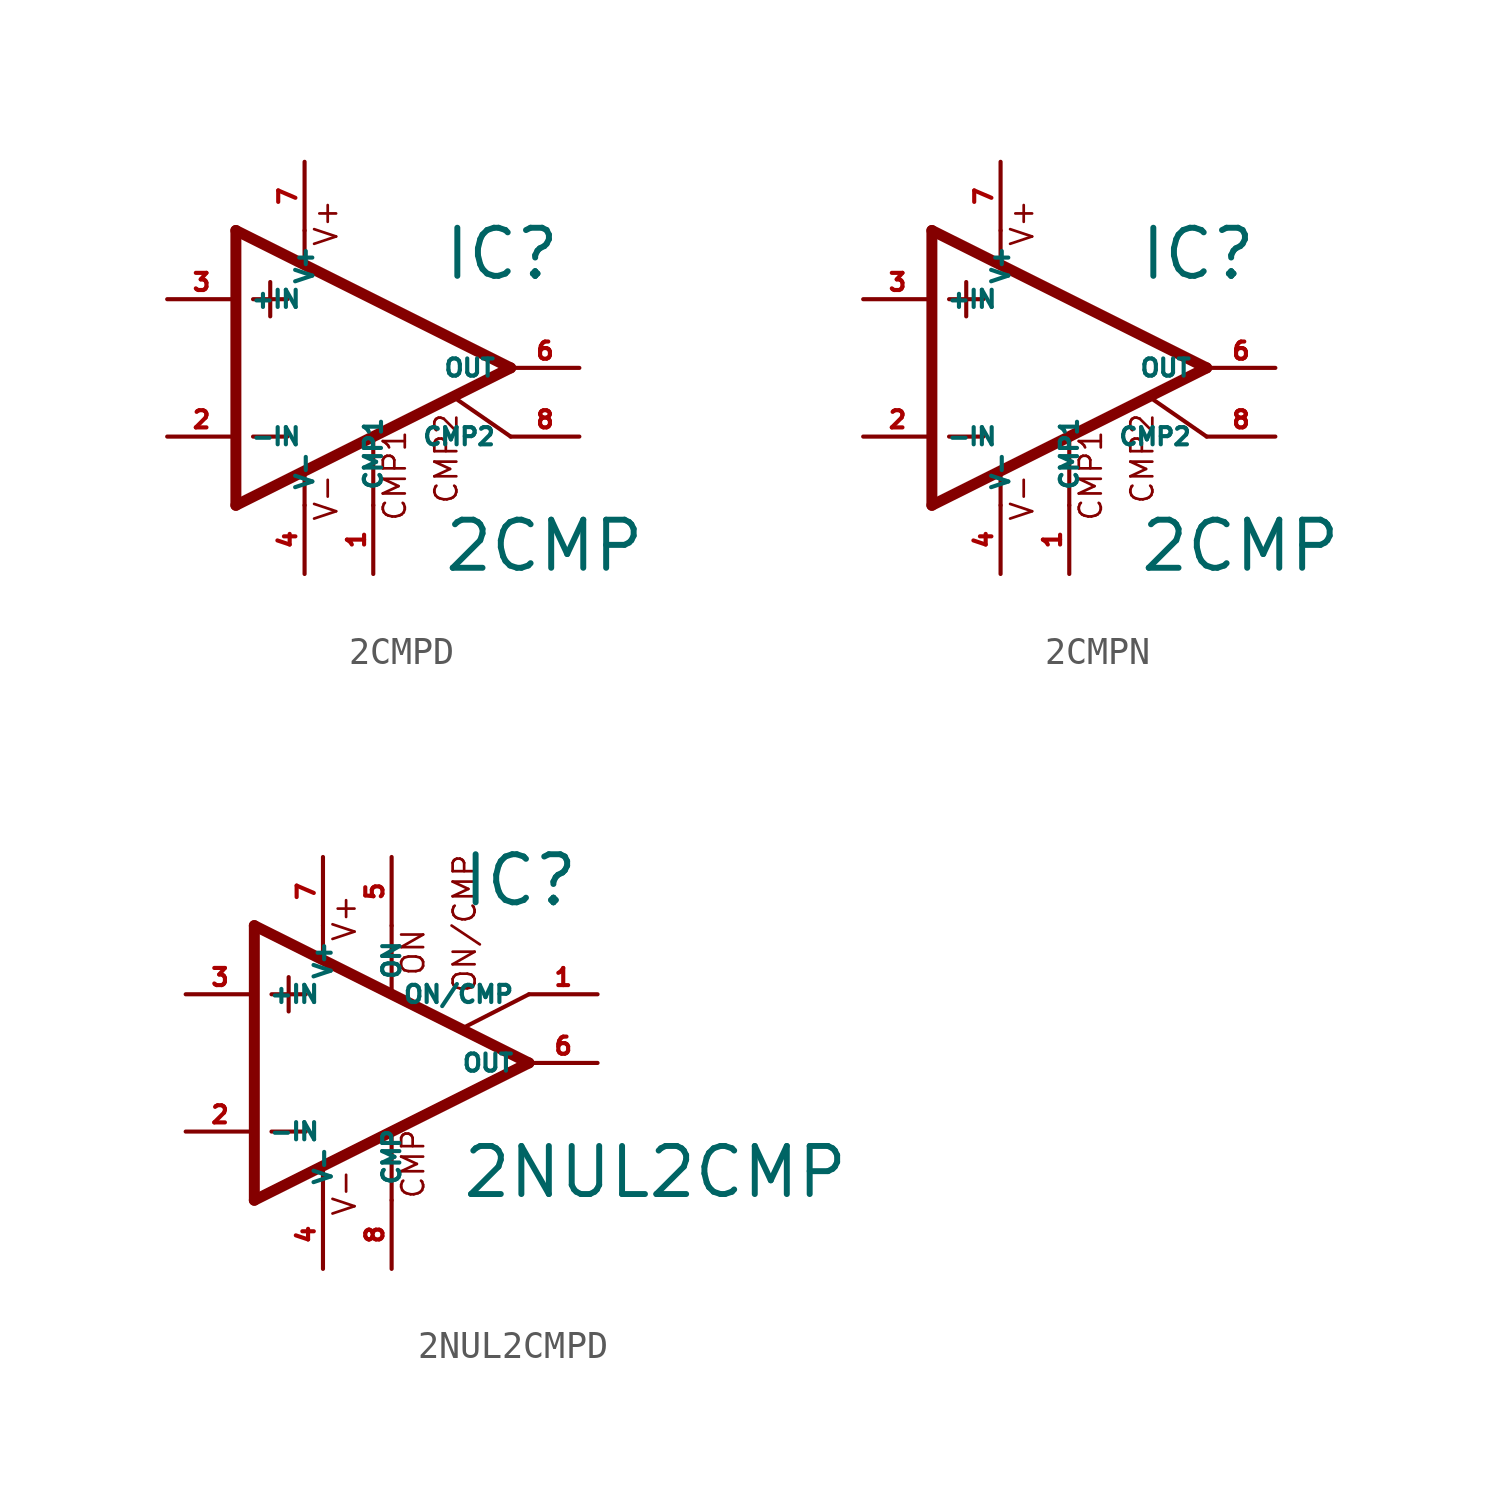
<source format=kicad_sym>
(kicad_symbol_lib
  (version 20220914)
  (generator Eagle2Kicad)
  (symbol "2CMPD"
    (property "Reference" "IC"
      (at 2.54 3.175 0)
      (effects (font (size 1.778 1.778) (thickness 0.22)) (justify left bottom)))
    (property "Value" "2CMP"
      (at 2.54 -7.62 0)
      (effects (font (size 1.778 1.778) (thickness 0.22)) (justify left bottom)))
    (polyline
      (pts (xy 0 -2.616) (xy 0 -5.08))
      (stroke (width 0.152) (type default))
      (fill (type none)))
    (polyline
      (pts (xy -2.54 5.08) (xy -2.54 3.886))
      (stroke (width 0.152) (type default))
      (fill (type none)))
    (polyline
      (pts (xy -5.08 5.08) (xy -5.08 -5.08))
      (stroke (width 0.406) (type default))
      (fill (type none)))
    (polyline
      (pts (xy -5.08 -5.08) (xy 5.08 0))
      (stroke (width 0.406) (type default))
      (fill (type none)))
    (polyline
      (pts (xy 5.08 0) (xy -5.08 5.08))
      (stroke (width 0.406) (type default))
      (fill (type none)))
    (polyline
      (pts (xy -3.81 3.175) (xy -3.81 1.905))
      (stroke (width 0.152) (type default))
      (fill (type none)))
    (polyline
      (pts (xy -4.445 2.54) (xy -3.175 2.54))
      (stroke (width 0.152) (type default))
      (fill (type none)))
    (polyline
      (pts (xy -4.445 -2.54) (xy -3.175 -2.54))
      (stroke (width 0.152) (type default))
      (fill (type none)))
    (polyline
      (pts (xy 5.08 -2.54) (xy 3.023 -1.118))
      (stroke (width 0.152) (type default))
      (fill (type none)))
    (polyline
      (pts (xy -2.54 -3.886) (xy -2.54 -5.08))
      (stroke (width 0.152) (type default))
      (fill (type none)))
    (text "CMP1"
      (at 1.27 -5.715 900)
      (effects (font (size 0.813 0.813) (thickness 0.10)) (justify left bottom)))
    (text "CMP2"
      (at 3.175 -5.08 900)
      (effects (font (size 0.813 0.813) (thickness 0.10)) (justify left bottom)))
    (text "V+"
      (at -1.27 4.445 900)
      (effects (font (size 0.813 0.813) (thickness 0.10)) (justify left bottom)))
    (text "V-"
      (at -1.27 -5.715 900)
      (effects (font (size 0.813 0.813) (thickness 0.10)) (justify left bottom)))
    (pin passive line
      (at 0 -7.62 90)
      (length 2.54)
      (name "CMP1" (effects (font (size 0.635 0.635) (thickness 0.08)) (justify left bottom)))
      (number "1" (effects (font (size 0.635 0.635) (thickness 0.08)) (justify left bottom))))
    (pin input line
      (at -7.62 -2.54 0)
      (length 2.54)
      (name "-IN" (effects (font (size 0.635 0.635) (thickness 0.08)) (justify left bottom)))
      (number "2" (effects (font (size 0.635 0.635) (thickness 0.08)) (justify left bottom))))
    (pin input line
      (at -7.62 2.54 0)
      (length 2.54)
      (name "+IN" (effects (font (size 0.635 0.635) (thickness 0.08)) (justify left bottom)))
      (number "3" (effects (font (size 0.635 0.635) (thickness 0.08)) (justify left bottom))))
    (pin passive line
      (at 7.62 -2.54 180)
      (length 2.54)
      (name "CMP2" (effects (font (size 0.635 0.635) (thickness 0.08)) (justify left bottom)))
      (number "8" (effects (font (size 0.635 0.635) (thickness 0.08)) (justify left bottom))))
    (pin output line
      (at 7.62 0 180)
      (length 2.54)
      (name "OUT" (effects (font (size 0.635 0.635) (thickness 0.08)) (justify left bottom)))
      (number "6" (effects (font (size 0.635 0.635) (thickness 0.08)) (justify left bottom))))
    (pin unspecified line
      (at -2.54 7.62 270)
      (length 2.54)
      (name "V+" (effects (font (size 0.635 0.635) (thickness 0.08)) (justify left bottom)))
      (number "7" (effects (font (size 0.635 0.635) (thickness 0.08)) (justify left bottom))))
    (pin unspecified line
      (at -2.54 -7.62 90)
      (length 2.54)
      (name "V-" (effects (font (size 0.635 0.635) (thickness 0.08)) (justify left bottom)))
      (number "4" (effects (font (size 0.635 0.635) (thickness 0.08)) (justify left bottom)))))
  (symbol "2CMPN"
    (property "Reference" "IC"
      (at 2.54 3.175 0)
      (effects (font (size 1.778 1.778) (thickness 0.22)) (justify left bottom)))
    (property "Value" "2CMP"
      (at 2.54 -7.62 0)
      (effects (font (size 1.778 1.778) (thickness 0.22)) (justify left bottom)))
    (polyline
      (pts (xy 0 -2.616) (xy 0 -5.08))
      (stroke (width 0.152) (type default))
      (fill (type none)))
    (polyline
      (pts (xy -2.54 5.08) (xy -2.54 3.886))
      (stroke (width 0.152) (type default))
      (fill (type none)))
    (polyline
      (pts (xy -5.08 5.08) (xy -5.08 -5.08))
      (stroke (width 0.406) (type default))
      (fill (type none)))
    (polyline
      (pts (xy -5.08 -5.08) (xy 5.08 0))
      (stroke (width 0.406) (type default))
      (fill (type none)))
    (polyline
      (pts (xy 5.08 0) (xy -5.08 5.08))
      (stroke (width 0.406) (type default))
      (fill (type none)))
    (polyline
      (pts (xy -3.81 3.175) (xy -3.81 1.905))
      (stroke (width 0.152) (type default))
      (fill (type none)))
    (polyline
      (pts (xy -4.445 2.54) (xy -3.175 2.54))
      (stroke (width 0.152) (type default))
      (fill (type none)))
    (polyline
      (pts (xy -4.445 -2.54) (xy -3.175 -2.54))
      (stroke (width 0.152) (type default))
      (fill (type none)))
    (polyline
      (pts (xy 5.08 -2.54) (xy 3.023 -1.118))
      (stroke (width 0.152) (type default))
      (fill (type none)))
    (polyline
      (pts (xy -2.54 -3.886) (xy -2.54 -5.08))
      (stroke (width 0.152) (type default))
      (fill (type none)))
    (text "CMP1"
      (at 1.27 -5.715 900)
      (effects (font (size 0.813 0.813) (thickness 0.10)) (justify left bottom)))
    (text "CMP2"
      (at 3.175 -5.08 900)
      (effects (font (size 0.813 0.813) (thickness 0.10)) (justify left bottom)))
    (text "V+"
      (at -1.27 4.445 900)
      (effects (font (size 0.813 0.813) (thickness 0.10)) (justify left bottom)))
    (text "V-"
      (at -1.27 -5.715 900)
      (effects (font (size 0.813 0.813) (thickness 0.10)) (justify left bottom)))
    (pin passive line
      (at 0 -7.62 90)
      (length 2.54)
      (name "CMP1" (effects (font (size 0.635 0.635) (thickness 0.08)) (justify left bottom)))
      (number "1" (effects (font (size 0.635 0.635) (thickness 0.08)) (justify left bottom))))
    (pin input line
      (at -7.62 -2.54 0)
      (length 2.54)
      (name "-IN" (effects (font (size 0.635 0.635) (thickness 0.08)) (justify left bottom)))
      (number "2" (effects (font (size 0.635 0.635) (thickness 0.08)) (justify left bottom))))
    (pin input line
      (at -7.62 2.54 0)
      (length 2.54)
      (name "+IN" (effects (font (size 0.635 0.635) (thickness 0.08)) (justify left bottom)))
      (number "3" (effects (font (size 0.635 0.635) (thickness 0.08)) (justify left bottom))))
    (pin passive line
      (at 7.62 -2.54 180)
      (length 2.54)
      (name "CMP2" (effects (font (size 0.635 0.635) (thickness 0.08)) (justify left bottom)))
      (number "8" (effects (font (size 0.635 0.635) (thickness 0.08)) (justify left bottom))))
    (pin output line
      (at 7.62 0 180)
      (length 2.54)
      (name "OUT" (effects (font (size 0.635 0.635) (thickness 0.08)) (justify left bottom)))
      (number "6" (effects (font (size 0.635 0.635) (thickness 0.08)) (justify left bottom))))
    (pin unspecified line
      (at -2.54 7.62 270)
      (length 2.54)
      (name "V+" (effects (font (size 0.635 0.635) (thickness 0.08)) (justify left bottom)))
      (number "7" (effects (font (size 0.635 0.635) (thickness 0.08)) (justify left bottom))))
    (pin unspecified line
      (at -2.54 -7.62 90)
      (length 2.54)
      (name "V-" (effects (font (size 0.635 0.635) (thickness 0.08)) (justify left bottom)))
      (number "4" (effects (font (size 0.635 0.635) (thickness 0.08)) (justify left bottom)))))
  (symbol "2NUL2CMPD"
    (property "Reference" "IC"
      (at 2.54 5.715 0)
      (effects (font (size 1.778 1.778) (thickness 0.22)) (justify left bottom)))
    (property "Value" "2NUL2CMP"
      (at 2.54 -5.08 0)
      (effects (font (size 1.778 1.778) (thickness 0.22)) (justify left bottom)))
    (polyline
      (pts (xy -3.81 3.175) (xy -3.81 1.905))
      (stroke (width 0.152) (type default))
      (fill (type none)))
    (polyline
      (pts (xy -4.445 2.54) (xy -3.175 2.54))
      (stroke (width 0.152) (type default))
      (fill (type none)))
    (polyline
      (pts (xy -4.445 -2.54) (xy -3.175 -2.54))
      (stroke (width 0.152) (type default))
      (fill (type none)))
    (polyline
      (pts (xy -5.08 5.08) (xy -5.08 -5.08))
      (stroke (width 0.406) (type default))
      (fill (type none)))
    (polyline
      (pts (xy -2.54 5.08) (xy -2.54 3.886))
      (stroke (width 0.152) (type default))
      (fill (type none)))
    (polyline
      (pts (xy 0 5.08) (xy 0 2.616))
      (stroke (width 0.152) (type default))
      (fill (type none)))
    (polyline
      (pts (xy 0 -5.08) (xy 0 -2.616))
      (stroke (width 0.152) (type default))
      (fill (type none)))
    (polyline
      (pts (xy 2.692 1.321) (xy 5.08 2.54))
      (stroke (width 0.152) (type default))
      (fill (type none)))
    (polyline
      (pts (xy -5.08 5.08) (xy 5.08 0))
      (stroke (width 0.406) (type default))
      (fill (type none)))
    (polyline
      (pts (xy -2.54 -3.886) (xy -2.54 -5.08))
      (stroke (width 0.152) (type default))
      (fill (type none)))
    (polyline
      (pts (xy -5.08 -5.08) (xy 5.08 0))
      (stroke (width 0.406) (type default))
      (fill (type none)))
    (text "ON"
      (at 1.27 3.175 900)
      (effects (font (size 0.813 0.813) (thickness 0.10)) (justify left bottom)))
    (text "CMP"
      (at 1.27 -5.08 900)
      (effects (font (size 0.813 0.813) (thickness 0.10)) (justify left bottom)))
    (text "ON/CMP"
      (at 3.175 2.54 900)
      (effects (font (size 0.813 0.813) (thickness 0.10)) (justify left bottom)))
    (text "V+"
      (at -1.27 4.445 900)
      (effects (font (size 0.813 0.813) (thickness 0.10)) (justify left bottom)))
    (text "V-"
      (at -1.27 -5.715 900)
      (effects (font (size 0.813 0.813) (thickness 0.10)) (justify left bottom)))
    (pin passive line
      (at 7.62 2.54 180)
      (length 2.54)
      (name "ON/CMP" (effects (font (size 0.635 0.635) (thickness 0.08)) (justify left bottom)))
      (number "1" (effects (font (size 0.635 0.635) (thickness 0.08)) (justify left bottom))))
    (pin input line
      (at -7.62 -2.54 0)
      (length 2.54)
      (name "-IN" (effects (font (size 0.635 0.635) (thickness 0.08)) (justify left bottom)))
      (number "2" (effects (font (size 0.635 0.635) (thickness 0.08)) (justify left bottom))))
    (pin input line
      (at -7.62 2.54 0)
      (length 2.54)
      (name "+IN" (effects (font (size 0.635 0.635) (thickness 0.08)) (justify left bottom)))
      (number "3" (effects (font (size 0.635 0.635) (thickness 0.08)) (justify left bottom))))
    (pin passive line
      (at 0 7.62 270)
      (length 2.54)
      (name "ON" (effects (font (size 0.635 0.635) (thickness 0.08)) (justify left bottom)))
      (number "5" (effects (font (size 0.635 0.635) (thickness 0.08)) (justify left bottom))))
    (pin output line
      (at 7.62 0 180)
      (length 2.54)
      (name "OUT" (effects (font (size 0.635 0.635) (thickness 0.08)) (justify left bottom)))
      (number "6" (effects (font (size 0.635 0.635) (thickness 0.08)) (justify left bottom))))
    (pin passive line
      (at 0 -7.62 90)
      (length 2.54)
      (name "CMP" (effects (font (size 0.635 0.635) (thickness 0.08)) (justify left bottom)))
      (number "8" (effects (font (size 0.635 0.635) (thickness 0.08)) (justify left bottom))))
    (pin unspecified line
      (at -2.54 7.62 270)
      (length 2.54)
      (name "V+" (effects (font (size 0.635 0.635) (thickness 0.08)) (justify left bottom)))
      (number "7" (effects (font (size 0.635 0.635) (thickness 0.08)) (justify left bottom))))
    (pin unspecified line
      (at -2.54 -7.62 90)
      (length 2.54)
      (name "V-" (effects (font (size 0.635 0.635) (thickness 0.08)) (justify left bottom)))
      (number "4" (effects (font (size 0.635 0.635) (thickness 0.08)) (justify left bottom))))))
</source>
